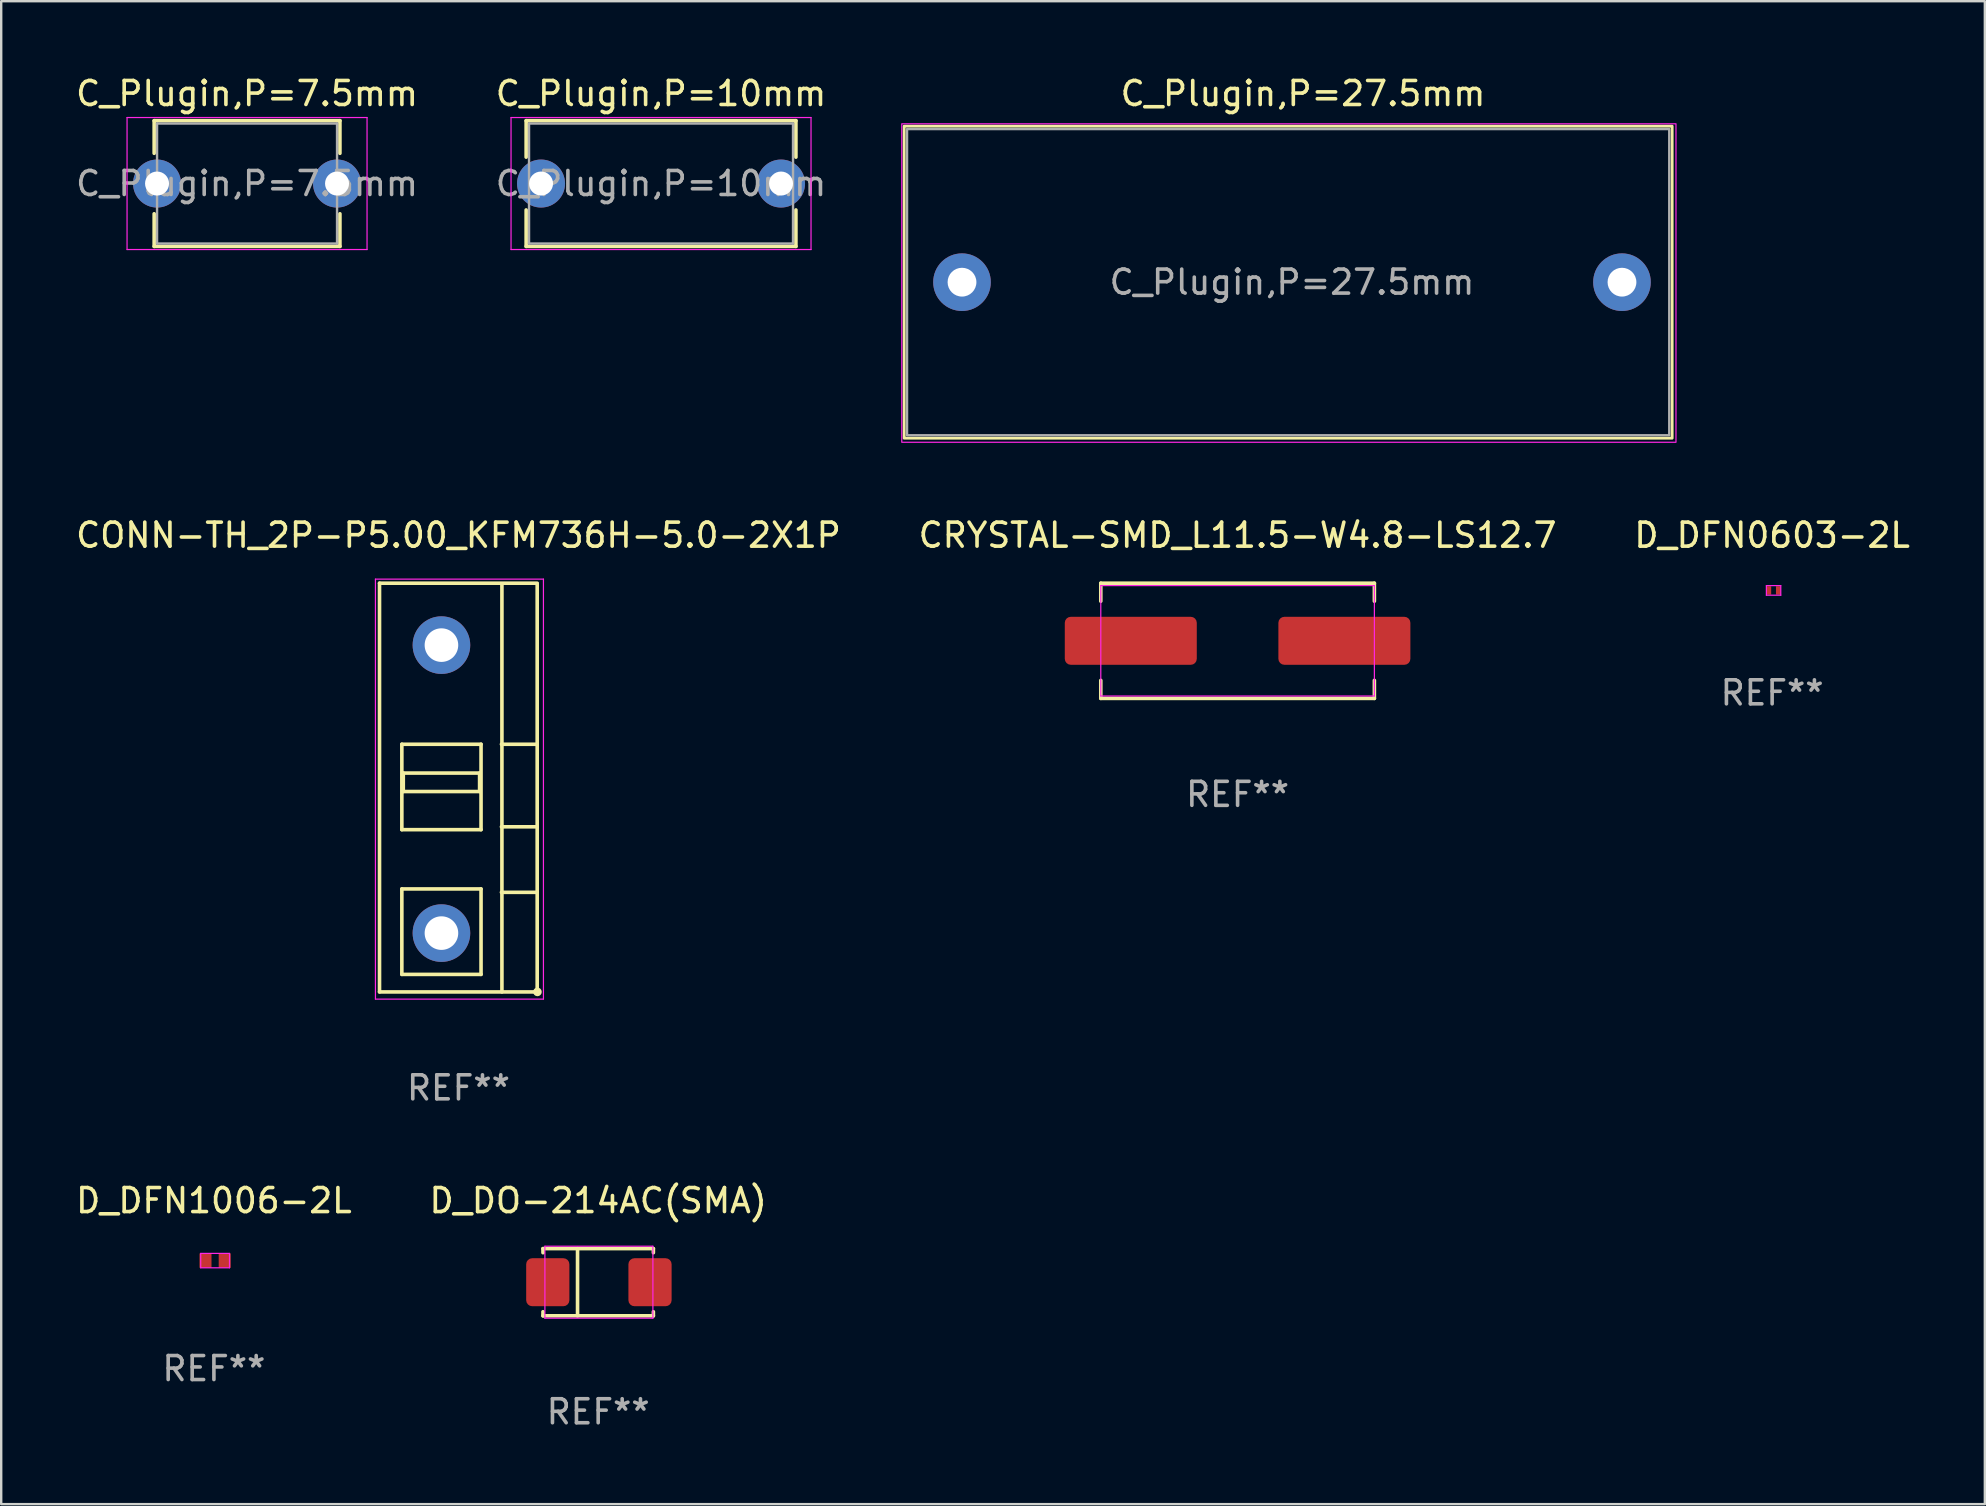
<source format=kicad_pcb>
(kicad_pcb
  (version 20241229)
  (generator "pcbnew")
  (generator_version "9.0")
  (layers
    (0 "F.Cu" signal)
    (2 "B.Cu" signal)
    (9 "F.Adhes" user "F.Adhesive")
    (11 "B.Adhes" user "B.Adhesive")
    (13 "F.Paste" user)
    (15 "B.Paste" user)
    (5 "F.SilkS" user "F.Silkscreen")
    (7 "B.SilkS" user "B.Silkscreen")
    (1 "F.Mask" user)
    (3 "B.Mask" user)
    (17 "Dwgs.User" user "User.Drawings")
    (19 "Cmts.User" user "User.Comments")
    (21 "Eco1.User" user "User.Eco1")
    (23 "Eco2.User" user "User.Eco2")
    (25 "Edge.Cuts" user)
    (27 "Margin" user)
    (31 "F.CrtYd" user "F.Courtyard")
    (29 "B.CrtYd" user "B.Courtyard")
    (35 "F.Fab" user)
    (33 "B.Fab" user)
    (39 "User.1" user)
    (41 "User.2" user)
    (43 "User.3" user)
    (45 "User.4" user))
  (footprint "CRYSTAL-SMD_L11.5-W4.8-LS12.7"
    (layer "F.Cu")
    (at 48.518 23.651)
    (property "Reference" "CRYSTAL-SMD_L11.5-W4.8-LS12.7" (at 0 -4.4 0) (layer "F.SilkS") (effects (font (size 1 1) (thickness 0.15))))
    (attr smd)
    (fp_line (start -5.7 -2.4) (end -5.7 -1.65) (stroke (width 0.15) (type solid)) (layer "F.SilkS"))
    (fp_line (start -5.7 2.4) (end -5.7 1.65) (stroke (width 0.15) (type solid)) (layer "F.SilkS"))
    (fp_line (start 5.7 -2.4) (end -5.7 -2.4) (stroke (width 0.15) (type solid)) (layer "F.SilkS"))
    (fp_line (start 5.7 -1.65) (end 5.7 -2.4) (stroke (width 0.15) (type solid)) (layer "F.SilkS"))
    (fp_line (start 5.7 1.65) (end 5.7 2.4) (stroke (width 0.15) (type solid)) (layer "F.SilkS"))
    (fp_line (start 5.7 2.4) (end -5.7 2.4) (stroke (width 0.15) (type solid)) (layer "F.SilkS"))
    (fp_line (start -5.7 -2.3) (end 5.7 -2.3) (stroke (width 0.05) (type default)) (layer "F.CrtYd"))
    (fp_line (start -5.7 2.3) (end -5.7 -2.3) (stroke (width 0.05) (type default)) (layer "F.CrtYd"))
    (fp_line (start 5.7 -2.3) (end 5.7 2.3) (stroke (width 0.05) (type default)) (layer "F.CrtYd"))
    (fp_line (start 5.7 2.3) (end -5.7 2.3) (stroke (width 0.05) (type default)) (layer "F.CrtYd"))
    (fp_text user "REF**" (at 0 6.4 0) (layer "F.Fab") (effects (font (size 1 1) (thickness 0.15))))
    (pad "1" smd roundrect (at -4.45 0) (size 5.5 2) (layers "F.Cu" "F.Mask" "F.Paste") (roundrect_rratio 0.125))
    (pad "2" smd roundrect (at 4.45 0) (size 5.5 2) (layers "F.Cu" "F.Mask" "F.Paste") (roundrect_rratio 0.125)))
  (footprint "D_DFN0603-2L"
    (layer "F.Cu")
    (at 70.852 21.552)
    (property "Reference" "D_DFN0603-2L" (at -0.06 -2.3 0) (layer "F.SilkS") (effects (font (size 1 1) (thickness 0.15))))
    (attr smd)
    (fp_line (start -0.3 -0.2) (end 0.3 -0.2) (stroke (width 0.05) (type default)) (layer "F.CrtYd"))
    (fp_line (start -0.3 0.2) (end -0.3 -0.2) (stroke (width 0.05) (type default)) (layer "F.CrtYd"))
    (fp_line (start 0.3 -0.2) (end 0.3 0.2) (stroke (width 0.05) (type default)) (layer "F.CrtYd"))
    (fp_line (start 0.3 0.2) (end -0.3 0.2) (stroke (width 0.05) (type default)) (layer "F.CrtYd"))
    (fp_text user "REF**" (at -0.06 4.27 0) (layer "F.Fab") (effects (font (size 1 1) (thickness 0.15))))
    (pad "1" smd rect (at -0.2 0) (size 0.2 0.35) (layers "F.Cu" "F.Mask" "F.Paste"))
    (pad "2" smd rect (at 0.2 0) (size 0.2 0.35) (layers "F.Cu" "F.Mask" "F.Paste")))
  (footprint "C_Plugin,P=10mm"
    (layer "F.Cu")
    (at 19.494 4.598)
    (property "Reference" "C_Plugin,P=10mm" (at 5 -3.75 0) (layer "F.SilkS") (effects (font (size 1 1) (thickness 0.15))))
    (attr through_hole)
    (fp_line (start -0.62 -2.62) (end -0.62 -1.1) (stroke (width 0.15) (type solid)) (layer "F.SilkS"))
    (fp_line (start -0.62 -2.62) (end 10.62 -2.62) (stroke (width 0.15) (type solid)) (layer "F.SilkS"))
    (fp_line (start -0.62 1.1) (end -0.62 2.62) (stroke (width 0.15) (type solid)) (layer "F.SilkS"))
    (fp_line (start -0.62 2.62) (end 10.62 2.62) (stroke (width 0.15) (type solid)) (layer "F.SilkS"))
    (fp_line (start 10.62 -2.62) (end 10.62 -1.1) (stroke (width 0.15) (type solid)) (layer "F.SilkS"))
    (fp_line (start 10.62 1.1) (end 10.62 2.62) (stroke (width 0.15) (type solid)) (layer "F.SilkS"))
    (fp_line (start -1.25 -2.75) (end -1.25 2.75) (stroke (width 0.05) (type solid)) (layer "F.CrtYd"))
    (fp_line (start -1.25 2.75) (end 11.25 2.75) (stroke (width 0.05) (type solid)) (layer "F.CrtYd"))
    (fp_line (start 11.25 -2.75) (end -1.25 -2.75) (stroke (width 0.05) (type solid)) (layer "F.CrtYd"))
    (fp_line (start 11.25 2.75) (end 11.25 -2.75) (stroke (width 0.05) (type solid)) (layer "F.CrtYd"))
    (fp_line (start -0.5 -2.5) (end -0.5 2.5) (stroke (width 0.1) (type solid)) (layer "F.Fab"))
    (fp_line (start -0.5 2.5) (end 10.5 2.5) (stroke (width 0.1) (type solid)) (layer "F.Fab"))
    (fp_line (start 10.5 -2.5) (end -0.5 -2.5) (stroke (width 0.1) (type solid)) (layer "F.Fab"))
    (fp_line (start 10.5 2.5) (end 10.5 -2.5) (stroke (width 0.1) (type solid)) (layer "F.Fab"))
    (fp_text user "${REFERENCE}" (at 5 0 0) (layer "F.Fab") (effects (font (size 1 1) (thickness 0.15))))
    (pad "1" thru_hole circle (at 0 0) (size 2 2) (drill 1) (layers "*.Cu" "*.Mask"))
    (pad "2" thru_hole circle (at 10 0) (size 2 2) (drill 1) (layers "*.Cu" "*.Mask")))
  (footprint "C_Plugin,P=7.5mm"
    (layer "F.Cu")
    (at 3.494 4.598)
    (property "Reference" "C_Plugin,P=7.5mm" (at 3.75 -3.75 0) (layer "F.SilkS") (effects (font (size 1 1) (thickness 0.15))))
    (attr through_hole)
    (fp_line (start -0.12 -2.62) (end -0.12 -1.26) (stroke (width 0.15) (type solid)) (layer "F.SilkS"))
    (fp_line (start -0.12 -2.62) (end 7.62 -2.62) (stroke (width 0.15) (type solid)) (layer "F.SilkS"))
    (fp_line (start -0.12 1.26) (end -0.12 2.62) (stroke (width 0.15) (type solid)) (layer "F.SilkS"))
    (fp_line (start -0.12 2.62) (end 7.62 2.62) (stroke (width 0.15) (type solid)) (layer "F.SilkS"))
    (fp_line (start 7.62 -2.62) (end 7.62 -1.26) (stroke (width 0.15) (type solid)) (layer "F.SilkS"))
    (fp_line (start 7.62 1.26) (end 7.62 2.62) (stroke (width 0.15) (type solid)) (layer "F.SilkS"))
    (fp_line (start -1.25 -2.75) (end -1.25 2.75) (stroke (width 0.05) (type solid)) (layer "F.CrtYd"))
    (fp_line (start -1.25 2.75) (end 8.75 2.75) (stroke (width 0.05) (type solid)) (layer "F.CrtYd"))
    (fp_line (start 8.75 -2.75) (end -1.25 -2.75) (stroke (width 0.05) (type solid)) (layer "F.CrtYd"))
    (fp_line (start 8.75 2.75) (end 8.75 -2.75) (stroke (width 0.05) (type solid)) (layer "F.CrtYd"))
    (fp_line (start 0 -2.5) (end 0 2.5) (stroke (width 0.1) (type solid)) (layer "F.Fab"))
    (fp_line (start 0 2.5) (end 7.5 2.5) (stroke (width 0.1) (type solid)) (layer "F.Fab"))
    (fp_line (start 7.5 -2.5) (end 0 -2.5) (stroke (width 0.1) (type solid)) (layer "F.Fab"))
    (fp_line (start 7.5 2.5) (end 7.5 -2.5) (stroke (width 0.1) (type solid)) (layer "F.Fab"))
    (fp_text user "${REFERENCE}" (at 3.75 0 0) (layer "F.Fab") (effects (font (size 1 1) (thickness 0.15))))
    (pad "1" thru_hole circle (at 0 0) (size 2 2) (drill 1) (layers "*.Cu" "*.Mask"))
    (pad "2" thru_hole circle (at 7.5 0) (size 2 2) (drill 1) (layers "*.Cu" "*.Mask")))
  (footprint "C_Plugin,P=27.5mm"
    (layer "F.Cu")
    (at 37.035 8.708)
    (property "Reference" "C_Plugin,P=27.5mm" (at 14.21 -7.86 0) (layer "F.SilkS") (effects (font (size 1 1) (thickness 0.15))))
    (attr through_hole)
    (fp_rect (start -2.41 -6.5) (end 29.59 6.5) (stroke (width 0.12) (type solid)) (fill no) (layer "F.SilkS"))
    (fp_rect (start -2.51 -6.6) (end 29.75 6.67) (stroke (width 0.05) (type solid)) (fill no) (layer "F.CrtYd"))
    (fp_rect (start -2.29 -6.38) (end 29.47 6.38) (stroke (width 0.1) (type solid)) (fill no) (layer "F.Fab"))
    (fp_text user "${REFERENCE}" (at 13.75 0 0) (layer "F.Fab") (effects (font (size 1 1) (thickness 0.15))))
    (pad "1" thru_hole circle (at 0 0) (size 2.4 2.4) (drill 1.2) (layers "*.Cu" "*.Mask"))
    (pad "2" thru_hole circle (at 27.5 0) (size 2.4 2.4) (drill 1.2) (layers "*.Cu" "*.Mask")))
  (footprint "D_DO-214AC(SMA)"
    (layer "F.Cu")
    (at 21.905 50.378)
    (property "Reference" "D_DO-214AC(SMA)" (at -0.03 -3.4 0) (layer "F.SilkS") (effects (font (size 1 1) (thickness 0.15))))
    (attr smd)
    (fp_line (start -2.33 -1.4) (end -2.33 -1.23) (stroke (width 0.15) (type solid)) (layer "F.SilkS"))
    (fp_line (start -2.33 -1.4) (end 2.27 -1.4) (stroke (width 0.15) (type solid)) (layer "F.SilkS"))
    (fp_line (start -2.33 1.23) (end -2.33 1.4) (stroke (width 0.15) (type solid)) (layer "F.SilkS"))
    (fp_line (start -2.33 1.4) (end 2.27 1.4) (stroke (width 0.15) (type solid)) (layer "F.SilkS"))
    (fp_line (start -0.89 1.4) (end -0.89 -1.4) (stroke (width 0.15) (type solid)) (layer "F.SilkS"))
    (fp_line (start 2.27 -1.4) (end 2.27 -1.23) (stroke (width 0.15) (type solid)) (layer "F.SilkS"))
    (fp_line (start 2.27 1.23) (end 2.27 1.4) (stroke (width 0.15) (type solid)) (layer "F.SilkS"))
    (fp_line (start -2.25 -1.5) (end 2.25 -1.5) (stroke (width 0.05) (type default)) (layer "F.CrtYd"))
    (fp_line (start -2.25 1.5) (end -2.25 -1.5) (stroke (width 0.05) (type default)) (layer "F.CrtYd"))
    (fp_line (start 2.25 -1.5) (end 2.25 1.5) (stroke (width 0.05) (type default)) (layer "F.CrtYd"))
    (fp_line (start 2.25 1.5) (end -2.25 1.5) (stroke (width 0.05) (type default)) (layer "F.CrtYd"))
    (fp_text user "REF**" (at -0.03 5.4 0) (layer "F.Fab") (effects (font (size 1 1) (thickness 0.15))))
    (pad "1" smd roundrect (at -2.13 0 180) (size 1.8 2) (layers "F.Cu" "F.Mask" "F.Paste") (roundrect_rratio 0.139))
    (pad "2" smd roundrect (at 2.13 0 180) (size 1.8 2) (layers "F.Cu" "F.Mask" "F.Paste") (roundrect_rratio 0.139)))
  (footprint "D_DFN1006-2L"
    (layer "F.Cu")
    (at 5.913 49.478)
    (property "Reference" "D_DFN1006-2L" (at -0.05 -2.5 0) (layer "F.SilkS") (effects (font (size 1 1) (thickness 0.15))))
    (attr smd)
    (fp_line (start -0.6 -0.3) (end -0.6 0.3) (stroke (width 0.05) (type default)) (layer "F.CrtYd"))
    (fp_line (start -0.6 0.3) (end 0.6 0.3) (stroke (width 0.05) (type default)) (layer "F.CrtYd"))
    (fp_line (start 0.6 -0.3) (end -0.6 -0.3) (stroke (width 0.05) (type default)) (layer "F.CrtYd"))
    (fp_line (start 0.6 0.3) (end 0.6 -0.3) (stroke (width 0.05) (type default)) (layer "F.CrtYd"))
    (fp_text user "REF**" (at -0.05 4.5 0) (layer "F.Fab") (effects (font (size 1 1) (thickness 0.15))))
    (pad "1" smd rect (at -0.4 0) (size 0.5 0.6) (layers "F.Cu" "F.Mask" "F.Paste"))
    (pad "2" smd rect (at 0.4 0) (size 0.5 0.6) (layers "F.Cu" "F.Mask" "F.Paste")))
  (footprint "CONN-TH_2P-P5.00_KFM736H-5.0-2X1P"
    (layer "F.Cu")
    (at 15.344 29.831)
    (property "Reference" "CONN-TH_2P-P5.00_KFM736H-5.0-2X1P" (at 0.71 -10.58 0) (layer "F.SilkS") (effects (font (size 1 1) (thickness 0.15))))
    (attr through_hole)
    (fp_line (start -2.58 -8.58) (end -2.58 8.45) (stroke (width 0.15) (type solid)) (layer "F.SilkS"))
    (fp_line (start -2.58 -8.58) (end 3.99 -8.58) (stroke (width 0.15) (type solid)) (layer "F.SilkS"))
    (fp_line (start -1.65 -1.87) (end -1.65 1.69) (stroke (width 0.15) (type solid)) (layer "F.SilkS"))
    (fp_line (start -1.65 1.69) (end 1.65 1.69) (stroke (width 0.15) (type solid)) (layer "F.SilkS"))
    (fp_line (start -1.65 4.16) (end -1.65 7.72) (stroke (width 0.15) (type solid)) (layer "F.SilkS"))
    (fp_line (start -1.65 7.72) (end 1.65 7.72) (stroke (width 0.15) (type solid)) (layer "F.SilkS"))
    (fp_line (start -1.59 -0.67) (end -1.59 0.1) (stroke (width 0.15) (type solid)) (layer "F.SilkS"))
    (fp_line (start -1.59 0.1) (end 1.59 0.1) (stroke (width 0.15) (type solid)) (layer "F.SilkS"))
    (fp_line (start 1.59 -0.67) (end -1.59 -0.67) (stroke (width 0.15) (type solid)) (layer "F.SilkS"))
    (fp_line (start 1.59 0.1) (end 1.59 -0.67) (stroke (width 0.15) (type solid)) (layer "F.SilkS"))
    (fp_line (start 1.65 -1.87) (end -1.65 -1.87) (stroke (width 0.15) (type solid)) (layer "F.SilkS"))
    (fp_line (start 1.65 1.69) (end 1.65 -1.87) (stroke (width 0.15) (type solid)) (layer "F.SilkS"))
    (fp_line (start 1.65 4.16) (end -1.65 4.16) (stroke (width 0.15) (type solid)) (layer "F.SilkS"))
    (fp_line (start 1.65 7.72) (end 1.65 4.16) (stroke (width 0.15) (type solid)) (layer "F.SilkS"))
    (fp_line (start 2.5 -1.87) (end 3.99 -1.87) (stroke (width 0.15) (type solid)) (layer "F.SilkS"))
    (fp_line (start 2.5 1.57) (end 3.99 1.57) (stroke (width 0.15) (type solid)) (layer "F.SilkS"))
    (fp_line (start 2.5 4.3) (end 3.99 4.3) (stroke (width 0.15) (type solid)) (layer "F.SilkS"))
    (fp_line (start 2.52 -8.55) (end 2.52 8.45) (stroke (width 0.15) (type solid)) (layer "F.SilkS"))
    (fp_line (start 3.99 -8.55) (end 3.99 8.45) (stroke (width 0.15) (type solid)) (layer "F.SilkS"))
    (fp_line (start 3.99 8.45) (end -2.58 8.45) (stroke (width 0.15) (type solid)) (layer "F.SilkS"))
    (fp_circle (center 4 8.45) (end 4.03 8.45) (stroke (width 0.15) (type solid)) (fill no) (layer "F.SilkS"))
    (fp_line (start -2.75 -8.75) (end 4.25 -8.75) (stroke (width 0.05) (type default)) (layer "F.CrtYd"))
    (fp_line (start -2.75 8.75) (end -2.75 -8.75) (stroke (width 0.05) (type default)) (layer "F.CrtYd"))
    (fp_line (start 4.25 -8.75) (end 4.25 8.75) (stroke (width 0.05) (type default)) (layer "F.CrtYd"))
    (fp_line (start 4.25 8.75) (end -2.75 8.75) (stroke (width 0.05) (type default)) (layer "F.CrtYd"))
    (fp_text user "REF**" (at 0.71 12.45 0) (layer "F.Fab") (effects (font (size 1 1) (thickness 0.15))))
    (pad "1" thru_hole circle (at 0 6) (size 2.4 2.4) (drill 1.4) (layers "*.Cu" "*.Mask"))
    (pad "2" thru_hole circle (at 0 -6) (size 2.4 2.4) (drill 1.4) (layers "*.Cu" "*.Mask")))
  (gr_rect
    (start -3 -3)
    (end 79.655 59.626)
    (stroke (width 0.1) (type default))
    (fill no)
    (layer "Edge.Cuts")))
</source>
